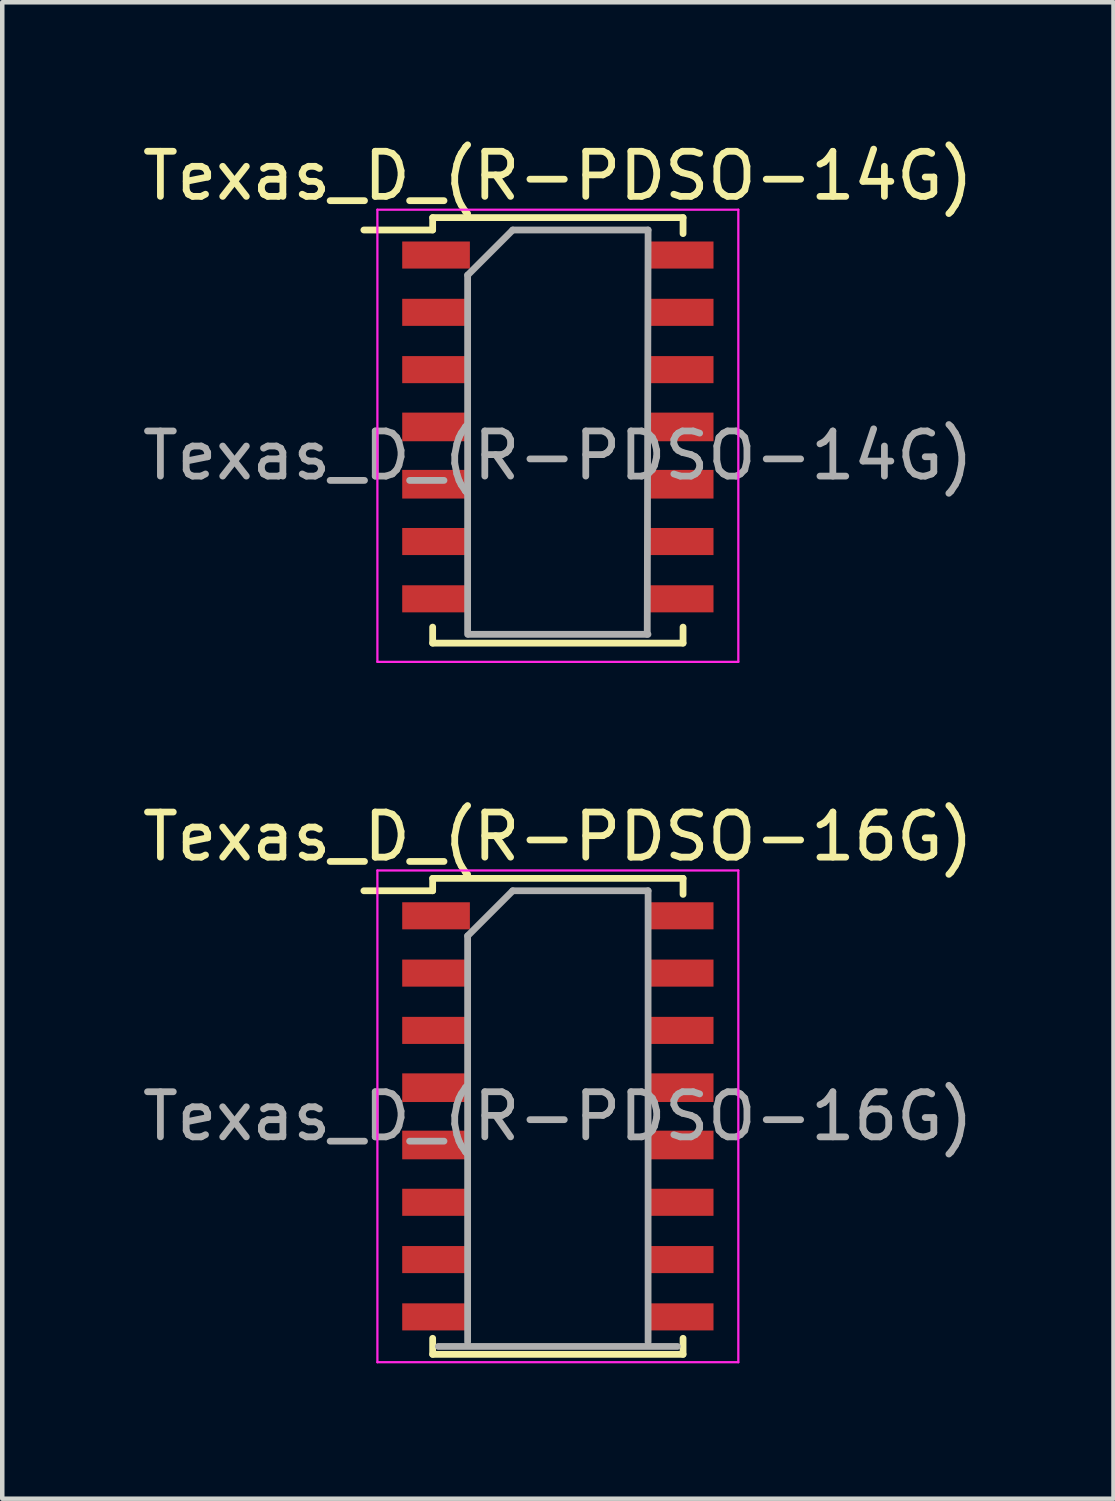
<source format=kicad_pcb>
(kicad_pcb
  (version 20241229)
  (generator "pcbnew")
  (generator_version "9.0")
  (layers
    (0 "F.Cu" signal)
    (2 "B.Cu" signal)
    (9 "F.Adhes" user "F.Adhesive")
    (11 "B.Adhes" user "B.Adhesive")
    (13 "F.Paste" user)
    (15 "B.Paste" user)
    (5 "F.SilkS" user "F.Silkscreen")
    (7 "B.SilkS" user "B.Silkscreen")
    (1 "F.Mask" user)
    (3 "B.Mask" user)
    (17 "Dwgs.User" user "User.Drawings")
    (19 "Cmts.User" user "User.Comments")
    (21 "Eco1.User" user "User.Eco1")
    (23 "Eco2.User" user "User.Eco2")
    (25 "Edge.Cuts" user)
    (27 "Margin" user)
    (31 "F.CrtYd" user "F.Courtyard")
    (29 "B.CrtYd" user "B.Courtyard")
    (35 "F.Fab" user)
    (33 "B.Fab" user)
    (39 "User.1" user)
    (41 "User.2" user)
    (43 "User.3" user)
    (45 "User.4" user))
  (footprint "Texas_D_(R-PDSO-16G)"
    (layer "F.Cu")
    (at 9.315 21.694)
    (property "Reference" "Texas_D_(R-PDSO-16G)" (at 0 -6.2 0) (layer "F.SilkS") (effects (font (size 1 1) (thickness 0.15))))
    (attr smd)
    (fp_line (start -2.775 -5.275) (end -2.775 -5) (stroke (width 0.15) (type solid)) (layer "F.SilkS"))
    (fp_line (start -2.775 -5.275) (end 2.775 -5.275) (stroke (width 0.15) (type solid)) (layer "F.SilkS"))
    (fp_line (start -2.775 -5) (end -4.3 -5) (stroke (width 0.15) (type solid)) (layer "F.SilkS"))
    (fp_line (start -2.775 5.275) (end -2.775 4.92) (stroke (width 0.15) (type solid)) (layer "F.SilkS"))
    (fp_line (start -2.775 5.275) (end 2.775 5.275) (stroke (width 0.15) (type solid)) (layer "F.SilkS"))
    (fp_line (start 2.775 -5.275) (end 2.775 -4.92) (stroke (width 0.15) (type solid)) (layer "F.SilkS"))
    (fp_line (start 2.775 5.275) (end 2.775 4.92) (stroke (width 0.15) (type solid)) (layer "F.SilkS"))
    (fp_line (start -4 -5.45) (end -4 5.45) (stroke (width 0.05) (type solid)) (layer "F.CrtYd"))
    (fp_line (start -4 -5.45) (end 4 -5.45) (stroke (width 0.05) (type solid)) (layer "F.CrtYd"))
    (fp_line (start -4 5.45) (end 4 5.45) (stroke (width 0.05) (type solid)) (layer "F.CrtYd"))
    (fp_line (start 4 -5.45) (end 4 5.45) (stroke (width 0.05) (type solid)) (layer "F.CrtYd"))
    (fp_line (start -2 -4) (end -1 -5) (stroke (width 0.15) (type solid)) (layer "F.Fab"))
    (fp_line (start -2 5) (end -2 -4) (stroke (width 0.15) (type solid)) (layer "F.Fab"))
    (fp_line (start -1 -5) (end 2 -5) (stroke (width 0.15) (type solid)) (layer "F.Fab"))
    (fp_line (start 2 -5) (end 2 5) (stroke (width 0.15) (type solid)) (layer "F.Fab"))
    (fp_line (start 2.65 5.1) (end -2.65 5.1) (stroke (width 0.15) (type solid)) (layer "F.Fab"))
    (fp_text user "${REFERENCE}" (at 0 0 0) (layer "F.Fab") (effects (font (size 1 1) (thickness 0.15))))
    (pad "1" smd rect (at -2.7 -4.445) (size 1.5 0.6) (layers "F.Cu" "F.Mask" "F.Paste"))
    (pad "2" smd rect (at -2.7 -3.175) (size 1.5 0.6) (layers "F.Cu" "F.Mask" "F.Paste"))
    (pad "3" smd rect (at -2.7 -1.905) (size 1.5 0.6) (layers "F.Cu" "F.Mask" "F.Paste"))
    (pad "4" smd rect (at -2.7 -0.635) (size 1.5 0.635) (layers "F.Cu" "F.Mask" "F.Paste"))
    (pad "5" smd rect (at -2.7 0.635) (size 1.5 0.635) (layers "F.Cu" "F.Mask" "F.Paste"))
    (pad "6" smd rect (at -2.7 1.905) (size 1.5 0.6) (layers "F.Cu" "F.Mask" "F.Paste"))
    (pad "7" smd rect (at -2.7 3.175) (size 1.5 0.6) (layers "F.Cu" "F.Mask" "F.Paste"))
    (pad "8" smd rect (at -2.7 4.445) (size 1.5 0.6) (layers "F.Cu" "F.Mask" "F.Paste"))
    (pad "9" smd rect (at 2.7 4.445) (size 1.5 0.6) (layers "F.Cu" "F.Mask" "F.Paste"))
    (pad "10" smd rect (at 2.7 3.175) (size 1.5 0.6) (layers "F.Cu" "F.Mask" "F.Paste"))
    (pad "11" smd rect (at 2.7 1.905) (size 1.5 0.6) (layers "F.Cu" "F.Mask" "F.Paste"))
    (pad "12" smd rect (at 2.7 0.635) (size 1.5 0.635) (layers "F.Cu" "F.Mask" "F.Paste"))
    (pad "13" smd rect (at 2.7 -0.635) (size 1.5 0.635) (layers "F.Cu" "F.Mask" "F.Paste"))
    (pad "14" smd rect (at 2.7 -1.905) (size 1.5 0.6) (layers "F.Cu" "F.Mask" "F.Paste"))
    (pad "15" smd rect (at 2.7 -3.175) (size 1.5 0.6) (layers "F.Cu" "F.Mask" "F.Paste"))
    (pad "16" smd rect (at 2.7 -4.445) (size 1.5 0.6) (layers "F.Cu" "F.Mask" "F.Paste")))
  (footprint "Texas_D_(R-PDSO-14G)"
    (layer "F.Cu")
    (at 9.315 7.048)
    (property "Reference" "Texas_D_(R-PDSO-14G)" (at 0 -6.2 0) (layer "F.SilkS") (effects (font (size 1 1) (thickness 0.15))))
    (attr smd)
    (fp_line (start -2.775 -5.275) (end -2.775 -5) (stroke (width 0.15) (type solid)) (layer "F.SilkS"))
    (fp_line (start -2.775 -5.275) (end 2.775 -5.275) (stroke (width 0.15) (type solid)) (layer "F.SilkS"))
    (fp_line (start -2.775 -5) (end -4.3 -5) (stroke (width 0.15) (type solid)) (layer "F.SilkS"))
    (fp_line (start -2.775 4.157) (end -2.775 3.802) (stroke (width 0.15) (type solid)) (layer "F.SilkS"))
    (fp_line (start -2.775 4.157) (end 2.775 4.157) (stroke (width 0.15) (type solid)) (layer "F.SilkS"))
    (fp_line (start 2.775 -5.275) (end 2.775 -4.92) (stroke (width 0.15) (type solid)) (layer "F.SilkS"))
    (fp_line (start 2.775 4.157) (end 2.775 3.802) (stroke (width 0.15) (type solid)) (layer "F.SilkS"))
    (fp_line (start -4 -5.45) (end -4 4.572) (stroke (width 0.05) (type solid)) (layer "F.CrtYd"))
    (fp_line (start -4 -5.45) (end 4 -5.45) (stroke (width 0.05) (type solid)) (layer "F.CrtYd"))
    (fp_line (start -4 4.572) (end 4 4.572) (stroke (width 0.05) (type solid)) (layer "F.CrtYd"))
    (fp_line (start 4 -5.45) (end 4 4.572) (stroke (width 0.05) (type solid)) (layer "F.CrtYd"))
    (fp_line (start -2 -4) (end -1 -5) (stroke (width 0.15) (type solid)) (layer "F.Fab"))
    (fp_line (start -2 3.962) (end -2 -4) (stroke (width 0.15) (type solid)) (layer "F.Fab"))
    (fp_line (start -1 -5) (end 2 -5) (stroke (width 0.15) (type solid)) (layer "F.Fab"))
    (fp_line (start 1.998 3.962) (end -1.981 3.962) (stroke (width 0.15) (type solid)) (layer "F.Fab"))
    (fp_line (start 2 -5) (end 1.981 3.962) (stroke (width 0.15) (type solid)) (layer "F.Fab"))
    (fp_text user "${REFERENCE}" (at 0 0 0) (layer "F.Fab") (effects (font (size 1 1) (thickness 0.15))))
    (pad "1" smd rect (at -2.7 -4.445) (size 1.5 0.6) (layers "F.Cu" "F.Mask" "F.Paste"))
    (pad "2" smd rect (at -2.7 -3.175) (size 1.5 0.6) (layers "F.Cu" "F.Mask" "F.Paste"))
    (pad "3" smd rect (at -2.7 -1.905) (size 1.5 0.6) (layers "F.Cu" "F.Mask" "F.Paste"))
    (pad "4" smd rect (at -2.7 -0.635) (size 1.5 0.635) (layers "F.Cu" "F.Mask" "F.Paste"))
    (pad "5" smd rect (at -2.7 0.635) (size 1.5 0.635) (layers "F.Cu" "F.Mask" "F.Paste"))
    (pad "6" smd rect (at -2.7 1.905) (size 1.5 0.6) (layers "F.Cu" "F.Mask" "F.Paste"))
    (pad "7" smd rect (at -2.7 3.175) (size 1.5 0.6) (layers "F.Cu" "F.Mask" "F.Paste"))
    (pad "8" smd rect (at 2.7 3.175) (size 1.5 0.6) (layers "F.Cu" "F.Mask" "F.Paste"))
    (pad "9" smd rect (at 2.7 1.905) (size 1.5 0.6) (layers "F.Cu" "F.Mask" "F.Paste"))
    (pad "10" smd rect (at 2.7 0.635) (size 1.5 0.635) (layers "F.Cu" "F.Mask" "F.Paste"))
    (pad "11" smd rect (at 2.7 -0.635) (size 1.5 0.635) (layers "F.Cu" "F.Mask" "F.Paste"))
    (pad "12" smd rect (at 2.7 -1.905) (size 1.5 0.6) (layers "F.Cu" "F.Mask" "F.Paste"))
    (pad "13" smd rect (at 2.7 -3.175) (size 1.5 0.6) (layers "F.Cu" "F.Mask" "F.Paste"))
    (pad "14" smd rect (at 2.7 -4.445) (size 1.5 0.6) (layers "F.Cu" "F.Mask" "F.Paste")))
  (gr_rect
    (start -3 -3)
    (end 21.631 30.169)
    (stroke (width 0.1) (type default))
    (fill no)
    (layer "Edge.Cuts")))
</source>
